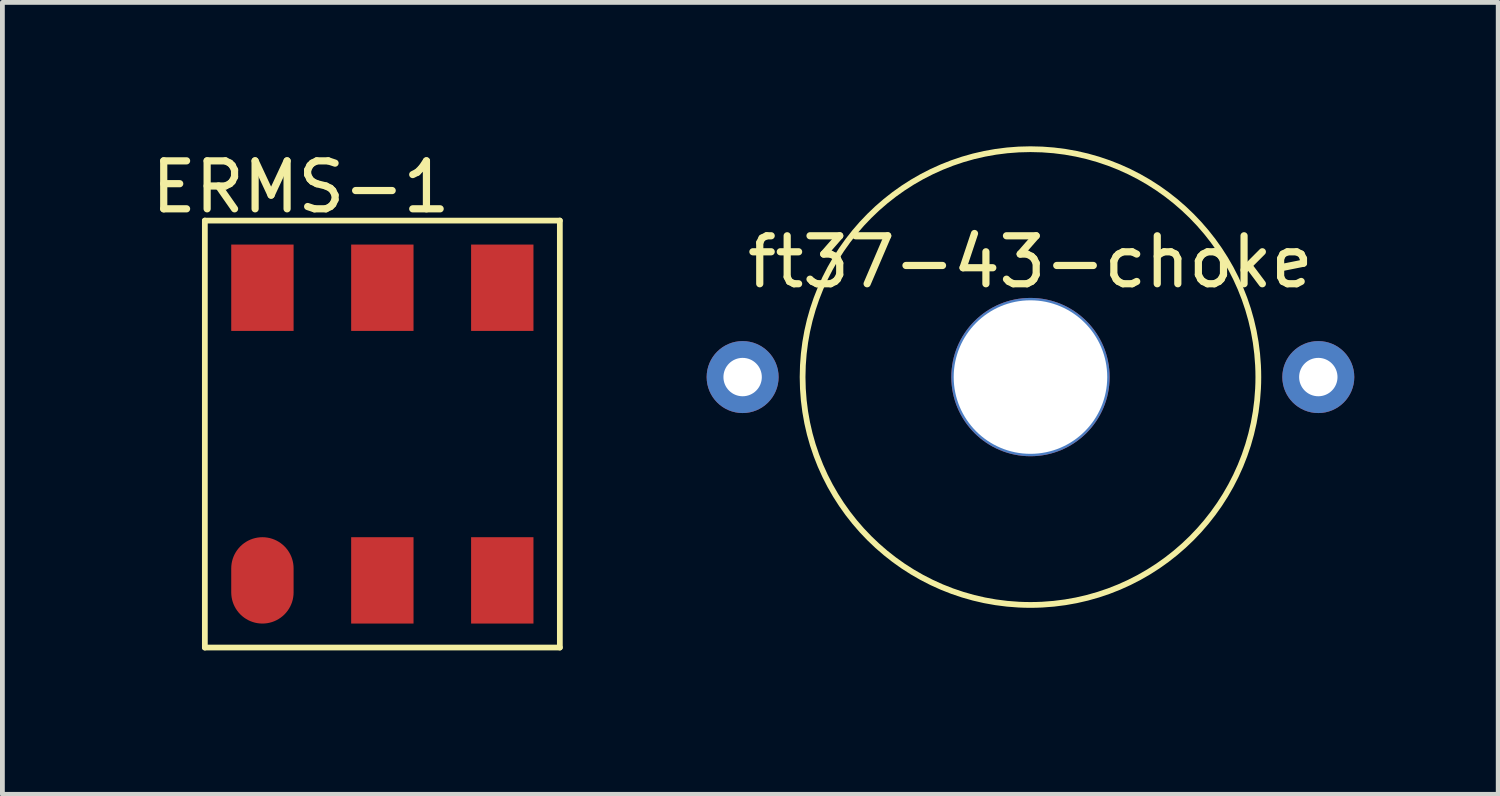
<source format=kicad_pcb>
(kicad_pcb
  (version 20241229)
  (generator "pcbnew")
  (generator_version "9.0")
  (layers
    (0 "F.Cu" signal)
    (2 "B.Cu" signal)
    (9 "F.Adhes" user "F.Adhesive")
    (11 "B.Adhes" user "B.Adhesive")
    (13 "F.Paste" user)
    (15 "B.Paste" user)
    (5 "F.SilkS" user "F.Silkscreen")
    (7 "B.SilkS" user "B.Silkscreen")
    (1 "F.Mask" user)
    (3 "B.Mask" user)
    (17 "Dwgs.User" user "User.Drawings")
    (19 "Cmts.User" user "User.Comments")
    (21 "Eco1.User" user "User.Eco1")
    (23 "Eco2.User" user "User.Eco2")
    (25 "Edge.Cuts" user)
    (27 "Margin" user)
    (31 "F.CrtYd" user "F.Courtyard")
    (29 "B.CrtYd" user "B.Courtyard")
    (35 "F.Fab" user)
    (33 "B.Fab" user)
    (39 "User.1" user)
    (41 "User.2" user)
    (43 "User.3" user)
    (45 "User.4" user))
  (footprint "ft37-43-choke"
    (layer "F.Cu")
    (at 18.43 4.81)
    (property "Reference" "ft37-43-choke" (at 0 -2.4 0) (layer "F.SilkS") (effects (font (size 1 1) (thickness 0.15))))
    (attr through_hole)
    (fp_circle (center 0 0) (end 4.75 0) (stroke (width 0.12) (type solid)) (fill no) (layer "F.SilkS"))
    (pad "" np_thru_hole circle (at 0 0) (size 3.3 3.3) (drill 3.2) (layers "*.Cu"))
    (pad "1" thru_hole circle (at 6 0) (size 1.5 1.5) (drill 0.8) (layers "*.Cu" "*.Mask"))
    (pad "2" thru_hole circle (at -6 0) (size 1.5 1.5) (drill 0.8) (layers "*.Cu" "*.Mask")))
  (footprint "ERMS-1"
    (layer "F.Cu")
    (at 2.42 2.948)
    (property "Reference" "ERMS-1" (at 0.8 -2.1 0) (layer "F.SilkS") (effects (font (size 1 1) (thickness 0.15))))
    (attr through_hole)
    (fp_line (start -1.2 -1.4) (end 6.2 -1.4) (stroke (width 0.12) (type solid)) (layer "F.SilkS"))
    (fp_line (start -1.2 7.5) (end -1.2 -1.4) (stroke (width 0.12) (type solid)) (layer "F.SilkS"))
    (fp_line (start 6.2 -1.4) (end 6.2 7.5) (stroke (width 0.12) (type solid)) (layer "F.SilkS"))
    (fp_line (start 6.2 7.5) (end -1.2 7.5) (stroke (width 0.12) (type solid)) (layer "F.SilkS"))
    (pad "1" smd rect (at 0 0) (size 1.3 1.8) (layers "F.Cu" "F.Mask" "F.Paste"))
    (pad "2" smd rect (at 2.5 0) (size 1.3 1.8) (layers "F.Cu" "F.Mask" "F.Paste"))
    (pad "3" smd rect (at 5 0) (size 1.3 1.8) (layers "F.Cu" "F.Mask" "F.Paste"))
    (pad "4" smd rect (at 5 6.1) (size 1.3 1.8) (layers "F.Cu" "F.Mask" "F.Paste"))
    (pad "5" smd rect (at 2.5 6.1) (size 1.3 1.8) (layers "F.Cu" "F.Mask" "F.Paste"))
    (pad "6" smd oval (at 0 6.1) (size 1.3 1.8) (layers "F.Cu" "F.Mask" "F.Paste")))
  (gr_rect
    (start -3 -3)
    (end 28.18 13.508)
    (stroke (width 0.1) (type default))
    (fill no)
    (layer "Edge.Cuts")))
</source>
